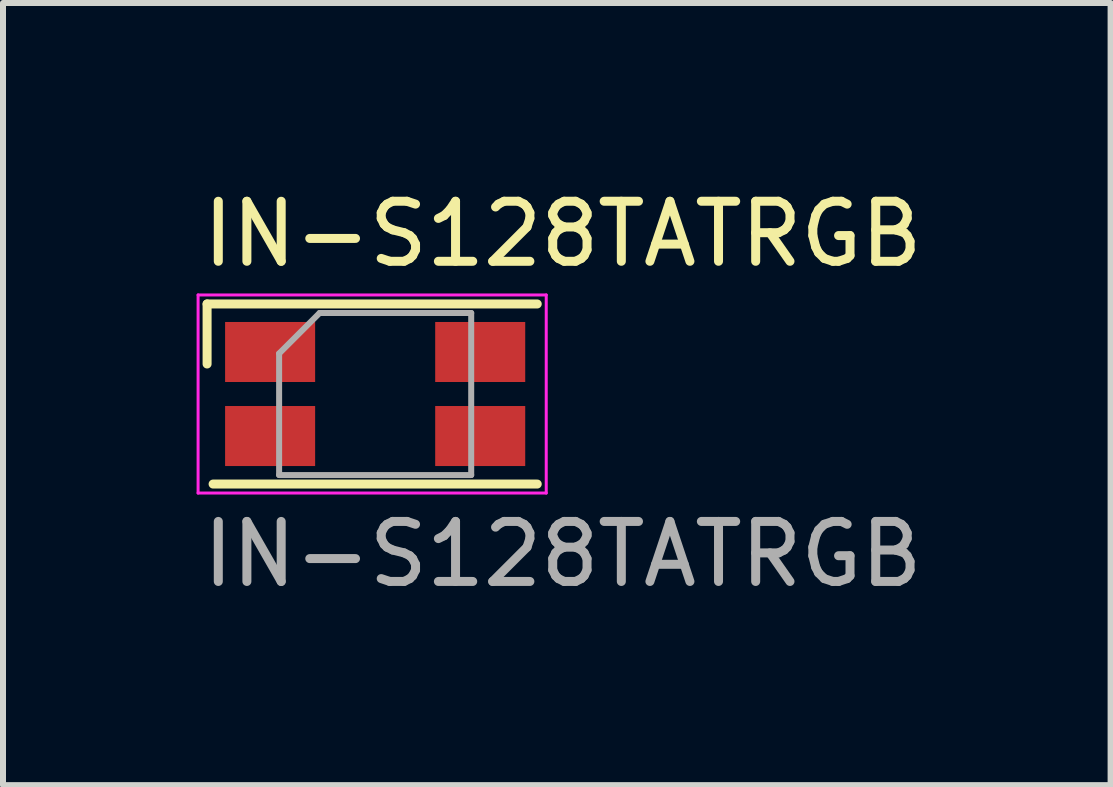
<source format=kicad_pcb>
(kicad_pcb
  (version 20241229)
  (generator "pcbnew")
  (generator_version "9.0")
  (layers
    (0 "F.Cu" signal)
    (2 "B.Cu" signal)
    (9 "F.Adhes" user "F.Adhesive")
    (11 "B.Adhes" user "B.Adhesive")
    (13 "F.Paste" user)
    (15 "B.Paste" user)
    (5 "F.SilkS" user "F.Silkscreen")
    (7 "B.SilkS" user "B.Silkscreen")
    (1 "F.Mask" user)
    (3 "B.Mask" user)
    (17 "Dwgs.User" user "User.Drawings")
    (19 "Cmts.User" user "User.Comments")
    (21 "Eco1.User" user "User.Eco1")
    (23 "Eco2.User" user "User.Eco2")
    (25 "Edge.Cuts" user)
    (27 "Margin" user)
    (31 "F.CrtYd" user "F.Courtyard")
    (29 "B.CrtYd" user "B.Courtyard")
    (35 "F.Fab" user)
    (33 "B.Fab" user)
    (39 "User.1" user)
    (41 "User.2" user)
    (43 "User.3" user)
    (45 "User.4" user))
  (footprint "IN-S128TATRGB"
    (layer "F.Cu")
    (at 0.25 1.864)
    (property "Reference" "IN-S128TATRGB" (at 0 -1.016 0) (unlocked yes) (layer "F.SilkS") (effects (font (size 1 1) (thickness 0.15)) (justify left)))
    (attr smd)
    (fp_line (start 0.15 1.15) (end 0.15 0.15) (stroke (width 0.15) (type solid)) (layer "F.SilkS"))
    (fp_line (start 5.65 0.15) (end 0.15 0.15) (stroke (width 0.15) (type solid)) (layer "F.SilkS"))
    (fp_line (start 5.65 3.15) (end 0.25 3.15) (stroke (width 0.15) (type solid)) (layer "F.SilkS"))
    (fp_line (start 0 0) (end 0 3.3) (stroke (width 0.05) (type solid)) (layer "F.CrtYd"))
    (fp_line (start 0 3.3) (end 5.8 3.3) (stroke (width 0.05) (type solid)) (layer "F.CrtYd"))
    (fp_line (start 5.8 0) (end 0 0) (stroke (width 0.05) (type solid)) (layer "F.CrtYd"))
    (fp_line (start 5.8 3.3) (end 5.8 0) (stroke (width 0.05) (type solid)) (layer "F.CrtYd"))
    (fp_line (start 1.35 0.975) (end 2.025 0.3) (stroke (width 0.1) (type solid)) (layer "F.Fab"))
    (fp_line (start 1.35 3) (end 1.35 0.975) (stroke (width 0.1) (type solid)) (layer "F.Fab"))
    (fp_line (start 2.025 0.3) (end 4.55 0.3) (stroke (width 0.1) (type solid)) (layer "F.Fab"))
    (fp_line (start 4.55 0.3) (end 4.55 3) (stroke (width 0.1) (type solid)) (layer "F.Fab"))
    (fp_line (start 4.55 3) (end 1.35 3) (stroke (width 0.1) (type solid)) (layer "F.Fab"))
    (fp_text user "${REFERENCE}" (at 0 4.318 0) (unlocked yes) (layer "F.Fab") (effects (font (size 1 1) (thickness 0.15)) (justify left)))
    (pad "1" smd rect (at 1.2 0.95 180) (size 1.5 1) (layers "F.Cu" "F.Mask" "F.Paste"))
    (pad "2" smd rect (at 4.7 0.95 180) (size 1.5 1) (layers "F.Cu" "F.Mask" "F.Paste"))
    (pad "3" smd rect (at 1.2 2.35 180) (size 1.5 1) (layers "F.Cu" "F.Mask" "F.Paste"))
    (pad "4" smd rect (at 4.7 2.35 180) (size 1.5 1) (layers "F.Cu" "F.Mask" "F.Paste")))
  (gr_rect
    (start -3 -3)
    (end 15.452 10.03)
    (stroke (width 0.1) (type default))
    (fill no)
    (layer "Edge.Cuts")))
</source>
